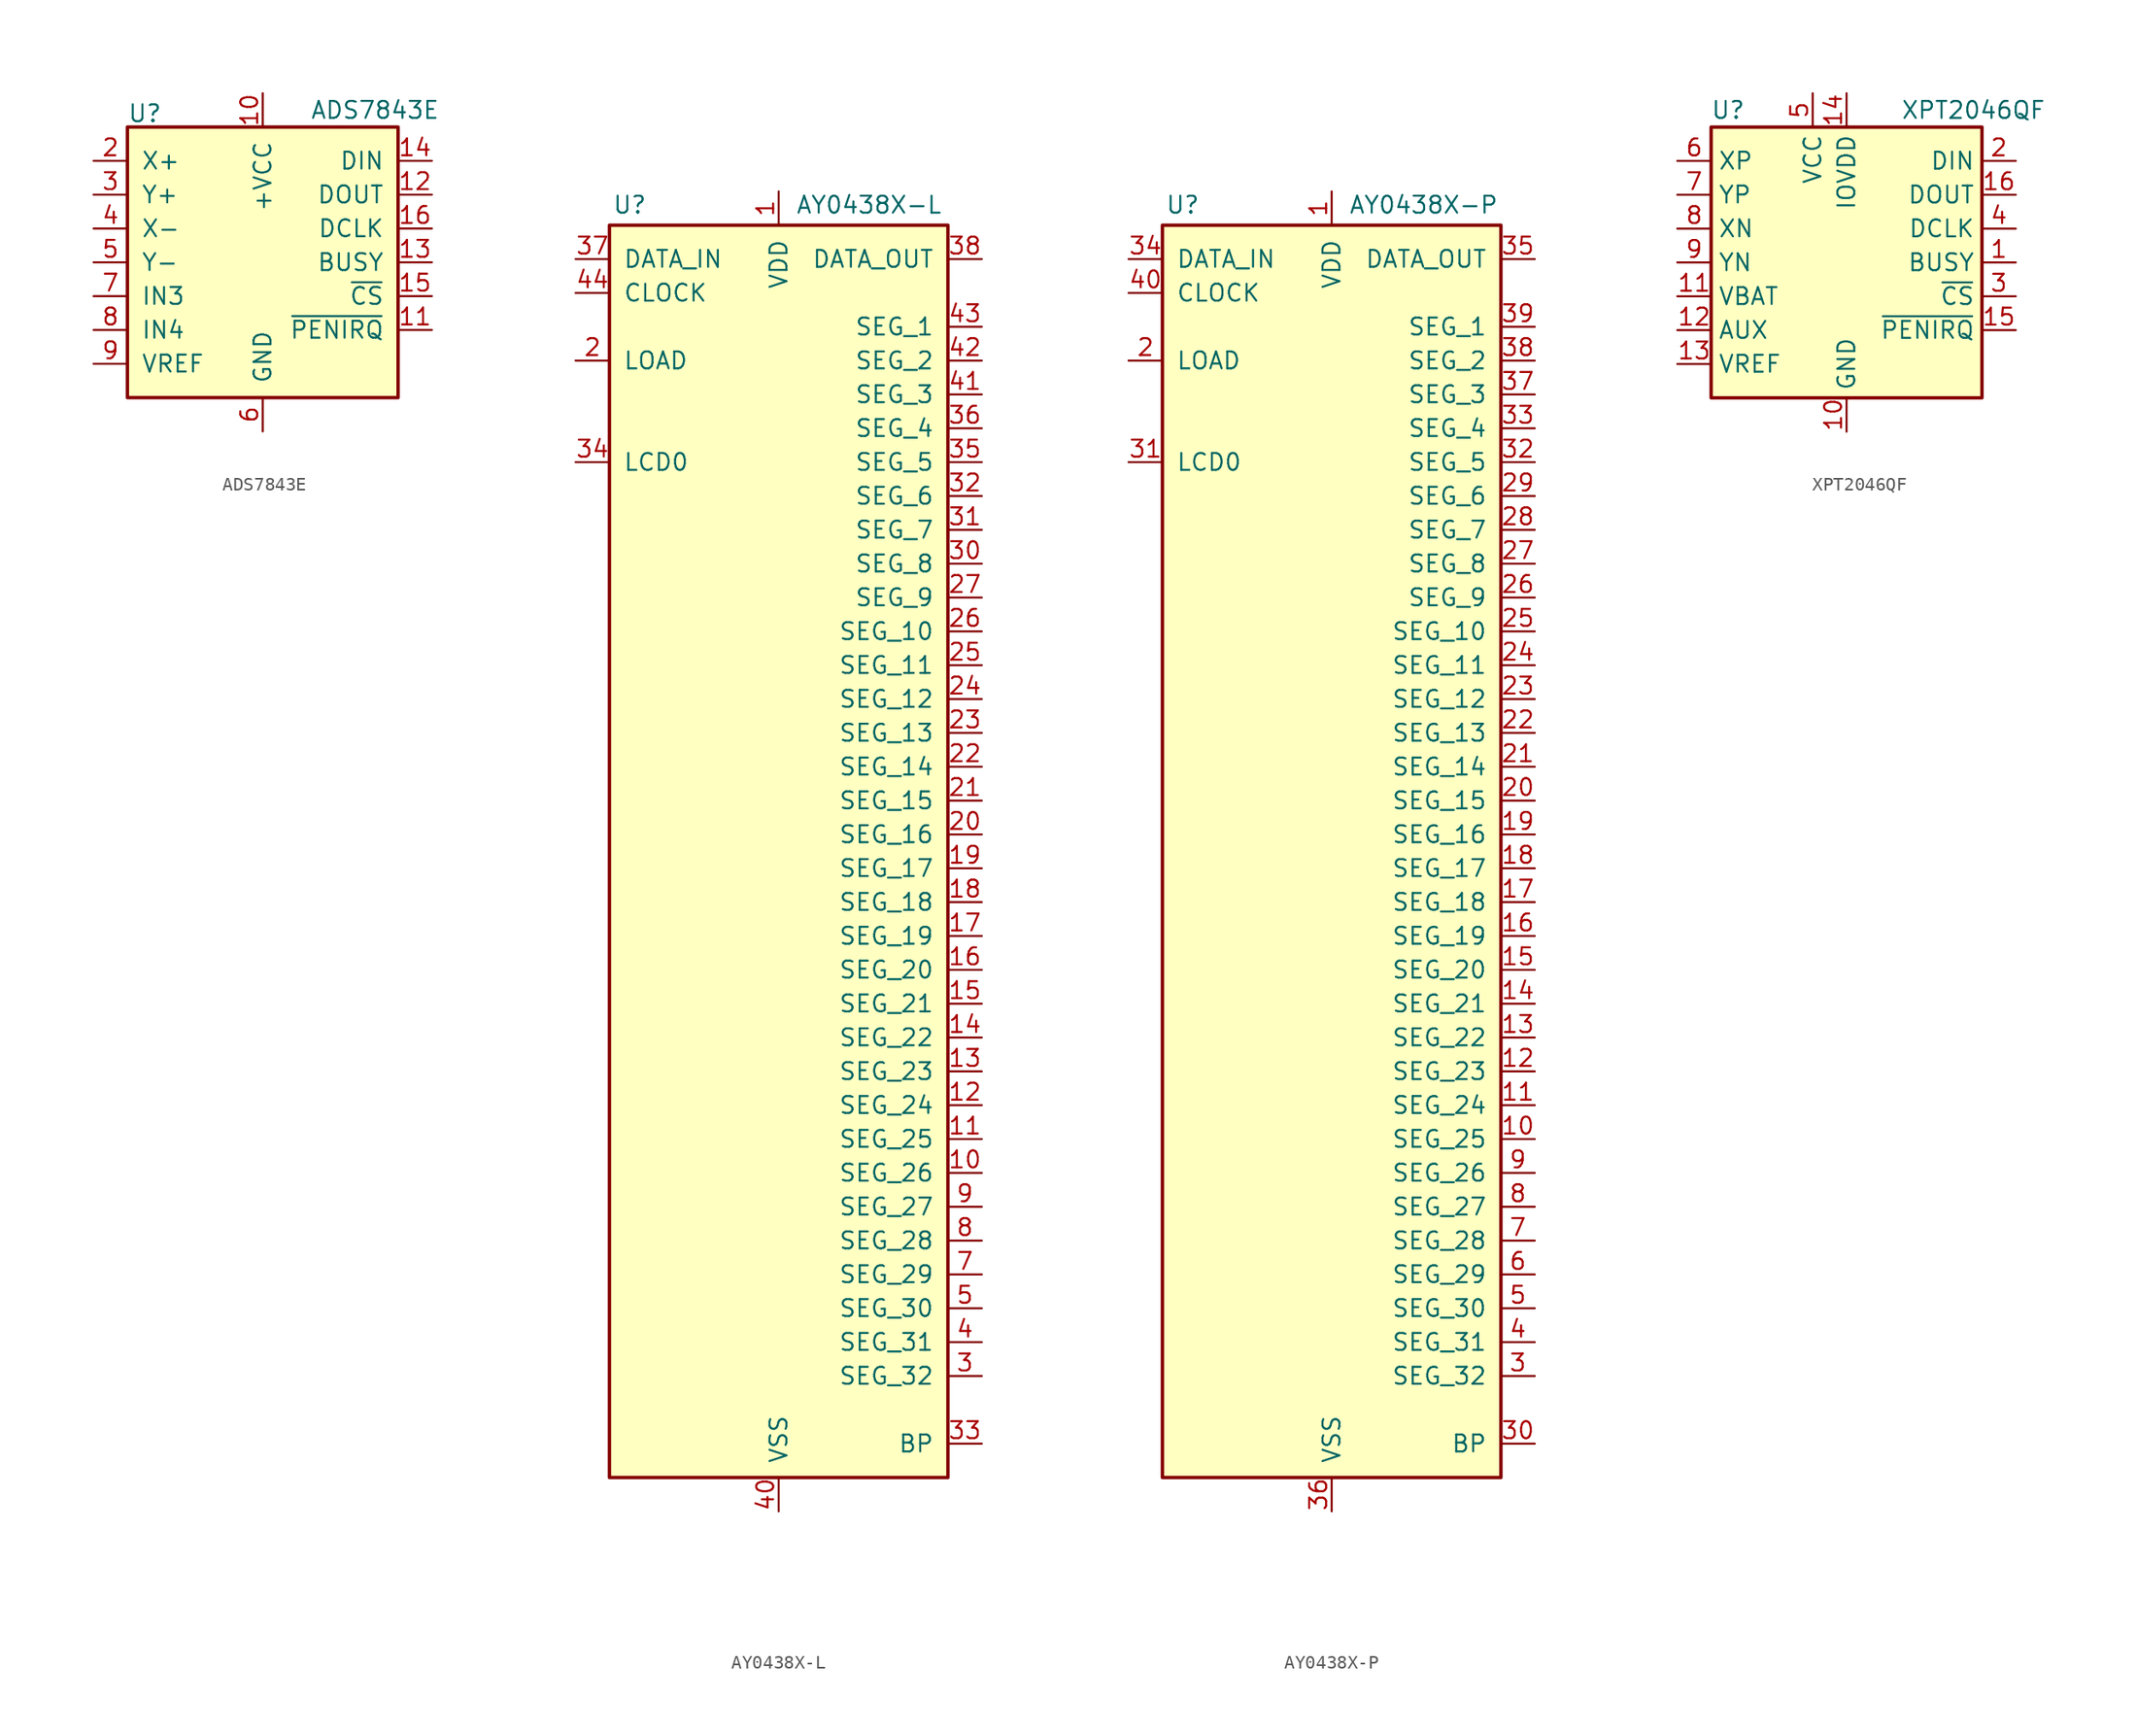
<source format=kicad_sym>
(kicad_symbol_lib
  (version 20211014)
  (generator kicad_symbol_editor)
  (symbol "ADS7843E"
    (pin_names
      (offset 1.016))
    (property "Reference" "U"
      (at -10.16 11.176 0)
      (effects (font (size 1.27 1.27)) (justify left)))
    (property "Value" "ADS7843E"
      (at 3.556 11.43 0)
      (effects (font (size 1.27 1.27)) (justify left)))
    (symbol "ADS7843E_0_1"
      (rectangle (start -10.16 10.16) (end 10.16 -10.16) (stroke (width 0.254) (type default) (color 0 0 0 0)) (fill (type background))))
    (symbol "ADS7843E_1_1"
      (pin passive line (at 0 12.7 270) (length 2.54) hide (name "+VCC" (effects (font (size 1.27 1.27)))) (number "1" (effects (font (size 1.27 1.27)))))
      (pin power_in line (at 0 12.7 270) (length 2.54) (name "+VCC" (effects (font (size 1.27 1.27)))) (number "10" (effects (font (size 1.27 1.27)))))
      (pin open_collector line (at 12.7 -5.08 180) (length 2.54) (name "~{PENIRQ}" (effects (font (size 1.27 1.27)))) (number "11" (effects (font (size 1.27 1.27)))))
      (pin output line (at 12.7 5.08 180) (length 2.54) (name "DOUT" (effects (font (size 1.27 1.27)))) (number "12" (effects (font (size 1.27 1.27)))))
      (pin output line (at 12.7 0 180) (length 2.54) (name "BUSY" (effects (font (size 1.27 1.27)))) (number "13" (effects (font (size 1.27 1.27)))))
      (pin input line (at 12.7 7.62 180) (length 2.54) (name "DIN" (effects (font (size 1.27 1.27)))) (number "14" (effects (font (size 1.27 1.27)))))
      (pin input line (at 12.7 -2.54 180) (length 2.54) (name "~{CS}" (effects (font (size 1.27 1.27)))) (number "15" (effects (font (size 1.27 1.27)))))
      (pin input line (at 12.7 2.54 180) (length 2.54) (name "DCLK" (effects (font (size 1.27 1.27)))) (number "16" (effects (font (size 1.27 1.27)))))
      (pin input line (at -12.7 7.62 0) (length 2.54) (name "X+" (effects (font (size 1.27 1.27)))) (number "2" (effects (font (size 1.27 1.27)))))
      (pin input line (at -12.7 5.08 0) (length 2.54) (name "Y+" (effects (font (size 1.27 1.27)))) (number "3" (effects (font (size 1.27 1.27)))))
      (pin input line (at -12.7 2.54 0) (length 2.54) (name "X-" (effects (font (size 1.27 1.27)))) (number "4" (effects (font (size 1.27 1.27)))))
      (pin input line (at -12.7 0 0) (length 2.54) (name "Y-" (effects (font (size 1.27 1.27)))) (number "5" (effects (font (size 1.27 1.27)))))
      (pin power_in line (at 0 -12.7 90) (length 2.54) (name "GND" (effects (font (size 1.27 1.27)))) (number "6" (effects (font (size 1.27 1.27)))))
      (pin input line (at -12.7 -2.54 0) (length 2.54) (name "IN3" (effects (font (size 1.27 1.27)))) (number "7" (effects (font (size 1.27 1.27)))))
      (pin input line (at -12.7 -5.08 0) (length 2.54) (name "IN4" (effects (font (size 1.27 1.27)))) (number "8" (effects (font (size 1.27 1.27)))))
      (pin input line (at -12.7 -7.62 0) (length 2.54) (name "VREF" (effects (font (size 1.27 1.27)))) (number "9" (effects (font (size 1.27 1.27)))))))
  (symbol "AY0438X-L"
    (pin_names
      (offset 1.016))
    (property "Reference" "U"
      (at -11.176 47.244 0)
      (effects (font (size 1.27 1.27))))
    (property "Value" "AY0438X-L"
      (at 1.27 47.244 0)
      (effects (font (size 1.27 1.27)) (justify left)))
    (symbol "AY0438X-L_0_1"
      (rectangle (start -12.7 45.72) (end 12.7 -48.26) (stroke (width 0.254) (type default) (color 0 0 0 0)) (fill (type background))))
    (symbol "AY0438X-L_1_1"
      (pin power_in line (at 0 48.26 270) (length 2.54) (name "VDD" (effects (font (size 1.27 1.27)))) (number "1" (effects (font (size 1.27 1.27)))))
      (pin output line (at 15.24 -25.4 180) (length 2.54) (name "SEG_26" (effects (font (size 1.27 1.27)))) (number "10" (effects (font (size 1.27 1.27)))))
      (pin output line (at 15.24 -22.86 180) (length 2.54) (name "SEG_25" (effects (font (size 1.27 1.27)))) (number "11" (effects (font (size 1.27 1.27)))))
      (pin output line (at 15.24 -20.32 180) (length 2.54) (name "SEG_24" (effects (font (size 1.27 1.27)))) (number "12" (effects (font (size 1.27 1.27)))))
      (pin output line (at 15.24 -17.78 180) (length 2.54) (name "SEG_23" (effects (font (size 1.27 1.27)))) (number "13" (effects (font (size 1.27 1.27)))))
      (pin output line (at 15.24 -15.24 180) (length 2.54) (name "SEG_22" (effects (font (size 1.27 1.27)))) (number "14" (effects (font (size 1.27 1.27)))))
      (pin output line (at 15.24 -12.7 180) (length 2.54) (name "SEG_21" (effects (font (size 1.27 1.27)))) (number "15" (effects (font (size 1.27 1.27)))))
      (pin output line (at 15.24 -10.16 180) (length 2.54) (name "SEG_20" (effects (font (size 1.27 1.27)))) (number "16" (effects (font (size 1.27 1.27)))))
      (pin output line (at 15.24 -7.62 180) (length 2.54) (name "SEG_19" (effects (font (size 1.27 1.27)))) (number "17" (effects (font (size 1.27 1.27)))))
      (pin output line (at 15.24 -5.08 180) (length 2.54) (name "SEG_18" (effects (font (size 1.27 1.27)))) (number "18" (effects (font (size 1.27 1.27)))))
      (pin output line (at 15.24 -2.54 180) (length 2.54) (name "SEG_17" (effects (font (size 1.27 1.27)))) (number "19" (effects (font (size 1.27 1.27)))))
      (pin input line (at -15.24 35.56 0) (length 2.54) (name "LOAD" (effects (font (size 1.27 1.27)))) (number "2" (effects (font (size 1.27 1.27)))))
      (pin output line (at 15.24 0 180) (length 2.54) (name "SEG_16" (effects (font (size 1.27 1.27)))) (number "20" (effects (font (size 1.27 1.27)))))
      (pin output line (at 15.24 2.54 180) (length 2.54) (name "SEG_15" (effects (font (size 1.27 1.27)))) (number "21" (effects (font (size 1.27 1.27)))))
      (pin output line (at 15.24 5.08 180) (length 2.54) (name "SEG_14" (effects (font (size 1.27 1.27)))) (number "22" (effects (font (size 1.27 1.27)))))
      (pin output line (at 15.24 7.62 180) (length 2.54) (name "SEG_13" (effects (font (size 1.27 1.27)))) (number "23" (effects (font (size 1.27 1.27)))))
      (pin output line (at 15.24 10.16 180) (length 2.54) (name "SEG_12" (effects (font (size 1.27 1.27)))) (number "24" (effects (font (size 1.27 1.27)))))
      (pin output line (at 15.24 12.7 180) (length 2.54) (name "SEG_11" (effects (font (size 1.27 1.27)))) (number "25" (effects (font (size 1.27 1.27)))))
      (pin output line (at 15.24 15.24 180) (length 2.54) (name "SEG_10" (effects (font (size 1.27 1.27)))) (number "26" (effects (font (size 1.27 1.27)))))
      (pin output line (at 15.24 17.78 180) (length 2.54) (name "SEG_9" (effects (font (size 1.27 1.27)))) (number "27" (effects (font (size 1.27 1.27)))))
      (pin no_connect line (at -12.7 -38.1 0) (length 2.54) hide (name "NC" (effects (font (size 1.27 1.27)))) (number "28" (effects (font (size 1.27 1.27)))))
      (pin no_connect line (at -12.7 -35.56 0) (length 2.54) hide (name "NC" (effects (font (size 1.27 1.27)))) (number "29" (effects (font (size 1.27 1.27)))))
      (pin output line (at 15.24 -40.64 180) (length 2.54) (name "SEG_32" (effects (font (size 1.27 1.27)))) (number "3" (effects (font (size 1.27 1.27)))))
      (pin output line (at 15.24 20.32 180) (length 2.54) (name "SEG_8" (effects (font (size 1.27 1.27)))) (number "30" (effects (font (size 1.27 1.27)))))
      (pin output line (at 15.24 22.86 180) (length 2.54) (name "SEG_7" (effects (font (size 1.27 1.27)))) (number "31" (effects (font (size 1.27 1.27)))))
      (pin output line (at 15.24 25.4 180) (length 2.54) (name "SEG_6" (effects (font (size 1.27 1.27)))) (number "32" (effects (font (size 1.27 1.27)))))
      (pin output line (at 15.24 -45.72 180) (length 2.54) (name "BP" (effects (font (size 1.27 1.27)))) (number "33" (effects (font (size 1.27 1.27)))))
      (pin input line (at -15.24 27.94 0) (length 2.54) (name "LCD0" (effects (font (size 1.27 1.27)))) (number "34" (effects (font (size 1.27 1.27)))))
      (pin output line (at 15.24 27.94 180) (length 2.54) (name "SEG_5" (effects (font (size 1.27 1.27)))) (number "35" (effects (font (size 1.27 1.27)))))
      (pin output line (at 15.24 30.48 180) (length 2.54) (name "SEG_4" (effects (font (size 1.27 1.27)))) (number "36" (effects (font (size 1.27 1.27)))))
      (pin input line (at -15.24 43.18 0) (length 2.54) (name "DATA_IN" (effects (font (size 1.27 1.27)))) (number "37" (effects (font (size 1.27 1.27)))))
      (pin output line (at 15.24 43.18 180) (length 2.54) (name "DATA_OUT" (effects (font (size 1.27 1.27)))) (number "38" (effects (font (size 1.27 1.27)))))
      (pin no_connect line (at -12.7 -33.02 0) (length 2.54) hide (name "NC" (effects (font (size 1.27 1.27)))) (number "39" (effects (font (size 1.27 1.27)))))
      (pin output line (at 15.24 -38.1 180) (length 2.54) (name "SEG_31" (effects (font (size 1.27 1.27)))) (number "4" (effects (font (size 1.27 1.27)))))
      (pin power_in line (at 0 -50.8 90) (length 2.54) (name "VSS" (effects (font (size 1.27 1.27)))) (number "40" (effects (font (size 1.27 1.27)))))
      (pin output line (at 15.24 33.02 180) (length 2.54) (name "SEG_3" (effects (font (size 1.27 1.27)))) (number "41" (effects (font (size 1.27 1.27)))))
      (pin output line (at 15.24 35.56 180) (length 2.54) (name "SEG_2" (effects (font (size 1.27 1.27)))) (number "42" (effects (font (size 1.27 1.27)))))
      (pin output line (at 15.24 38.1 180) (length 2.54) (name "SEG_1" (effects (font (size 1.27 1.27)))) (number "43" (effects (font (size 1.27 1.27)))))
      (pin input line (at -15.24 40.64 0) (length 2.54) (name "CLOCK" (effects (font (size 1.27 1.27)))) (number "44" (effects (font (size 1.27 1.27)))))
      (pin output line (at 15.24 -35.56 180) (length 2.54) (name "SEG_30" (effects (font (size 1.27 1.27)))) (number "5" (effects (font (size 1.27 1.27)))))
      (pin no_connect line (at -12.7 -40.64 0) (length 2.54) hide (name "NC" (effects (font (size 1.27 1.27)))) (number "6" (effects (font (size 1.27 1.27)))))
      (pin output line (at 15.24 -33.02 180) (length 2.54) (name "SEG_29" (effects (font (size 1.27 1.27)))) (number "7" (effects (font (size 1.27 1.27)))))
      (pin output line (at 15.24 -30.48 180) (length 2.54) (name "SEG_28" (effects (font (size 1.27 1.27)))) (number "8" (effects (font (size 1.27 1.27)))))
      (pin output line (at 15.24 -27.94 180) (length 2.54) (name "SEG_27" (effects (font (size 1.27 1.27)))) (number "9" (effects (font (size 1.27 1.27)))))))
  (symbol "AY0438X-P"
    (pin_names
      (offset 1.016))
    (property "Reference" "U"
      (at -11.176 47.244 0)
      (effects (font (size 1.27 1.27))))
    (property "Value" "AY0438X-P"
      (at 1.27 47.244 0)
      (effects (font (size 1.27 1.27)) (justify left)))
    (symbol "AY0438X-P_0_1"
      (rectangle (start -12.7 45.72) (end 12.7 -48.26) (stroke (width 0.254) (type default) (color 0 0 0 0)) (fill (type background))))
    (symbol "AY0438X-P_1_1"
      (pin power_in line (at 0 48.26 270) (length 2.54) (name "VDD" (effects (font (size 1.27 1.27)))) (number "1" (effects (font (size 1.27 1.27)))))
      (pin output line (at 15.24 -22.86 180) (length 2.54) (name "SEG_25" (effects (font (size 1.27 1.27)))) (number "10" (effects (font (size 1.27 1.27)))))
      (pin output line (at 15.24 -20.32 180) (length 2.54) (name "SEG_24" (effects (font (size 1.27 1.27)))) (number "11" (effects (font (size 1.27 1.27)))))
      (pin output line (at 15.24 -17.78 180) (length 2.54) (name "SEG_23" (effects (font (size 1.27 1.27)))) (number "12" (effects (font (size 1.27 1.27)))))
      (pin output line (at 15.24 -15.24 180) (length 2.54) (name "SEG_22" (effects (font (size 1.27 1.27)))) (number "13" (effects (font (size 1.27 1.27)))))
      (pin output line (at 15.24 -12.7 180) (length 2.54) (name "SEG_21" (effects (font (size 1.27 1.27)))) (number "14" (effects (font (size 1.27 1.27)))))
      (pin output line (at 15.24 -10.16 180) (length 2.54) (name "SEG_20" (effects (font (size 1.27 1.27)))) (number "15" (effects (font (size 1.27 1.27)))))
      (pin output line (at 15.24 -7.62 180) (length 2.54) (name "SEG_19" (effects (font (size 1.27 1.27)))) (number "16" (effects (font (size 1.27 1.27)))))
      (pin output line (at 15.24 -5.08 180) (length 2.54) (name "SEG_18" (effects (font (size 1.27 1.27)))) (number "17" (effects (font (size 1.27 1.27)))))
      (pin output line (at 15.24 -2.54 180) (length 2.54) (name "SEG_17" (effects (font (size 1.27 1.27)))) (number "18" (effects (font (size 1.27 1.27)))))
      (pin output line (at 15.24 0 180) (length 2.54) (name "SEG_16" (effects (font (size 1.27 1.27)))) (number "19" (effects (font (size 1.27 1.27)))))
      (pin input line (at -15.24 35.56 0) (length 2.54) (name "LOAD" (effects (font (size 1.27 1.27)))) (number "2" (effects (font (size 1.27 1.27)))))
      (pin output line (at 15.24 2.54 180) (length 2.54) (name "SEG_15" (effects (font (size 1.27 1.27)))) (number "20" (effects (font (size 1.27 1.27)))))
      (pin output line (at 15.24 5.08 180) (length 2.54) (name "SEG_14" (effects (font (size 1.27 1.27)))) (number "21" (effects (font (size 1.27 1.27)))))
      (pin output line (at 15.24 7.62 180) (length 2.54) (name "SEG_13" (effects (font (size 1.27 1.27)))) (number "22" (effects (font (size 1.27 1.27)))))
      (pin output line (at 15.24 10.16 180) (length 2.54) (name "SEG_12" (effects (font (size 1.27 1.27)))) (number "23" (effects (font (size 1.27 1.27)))))
      (pin output line (at 15.24 12.7 180) (length 2.54) (name "SEG_11" (effects (font (size 1.27 1.27)))) (number "24" (effects (font (size 1.27 1.27)))))
      (pin output line (at 15.24 15.24 180) (length 2.54) (name "SEG_10" (effects (font (size 1.27 1.27)))) (number "25" (effects (font (size 1.27 1.27)))))
      (pin output line (at 15.24 17.78 180) (length 2.54) (name "SEG_9" (effects (font (size 1.27 1.27)))) (number "26" (effects (font (size 1.27 1.27)))))
      (pin output line (at 15.24 20.32 180) (length 2.54) (name "SEG_8" (effects (font (size 1.27 1.27)))) (number "27" (effects (font (size 1.27 1.27)))))
      (pin output line (at 15.24 22.86 180) (length 2.54) (name "SEG_7" (effects (font (size 1.27 1.27)))) (number "28" (effects (font (size 1.27 1.27)))))
      (pin output line (at 15.24 25.4 180) (length 2.54) (name "SEG_6" (effects (font (size 1.27 1.27)))) (number "29" (effects (font (size 1.27 1.27)))))
      (pin output line (at 15.24 -40.64 180) (length 2.54) (name "SEG_32" (effects (font (size 1.27 1.27)))) (number "3" (effects (font (size 1.27 1.27)))))
      (pin output line (at 15.24 -45.72 180) (length 2.54) (name "BP" (effects (font (size 1.27 1.27)))) (number "30" (effects (font (size 1.27 1.27)))))
      (pin input line (at -15.24 27.94 0) (length 2.54) (name "LCD0" (effects (font (size 1.27 1.27)))) (number "31" (effects (font (size 1.27 1.27)))))
      (pin output line (at 15.24 27.94 180) (length 2.54) (name "SEG_5" (effects (font (size 1.27 1.27)))) (number "32" (effects (font (size 1.27 1.27)))))
      (pin output line (at 15.24 30.48 180) (length 2.54) (name "SEG_4" (effects (font (size 1.27 1.27)))) (number "33" (effects (font (size 1.27 1.27)))))
      (pin input line (at -15.24 43.18 0) (length 2.54) (name "DATA_IN" (effects (font (size 1.27 1.27)))) (number "34" (effects (font (size 1.27 1.27)))))
      (pin output line (at 15.24 43.18 180) (length 2.54) (name "DATA_OUT" (effects (font (size 1.27 1.27)))) (number "35" (effects (font (size 1.27 1.27)))))
      (pin power_in line (at 0 -50.8 90) (length 2.54) (name "VSS" (effects (font (size 1.27 1.27)))) (number "36" (effects (font (size 1.27 1.27)))))
      (pin output line (at 15.24 33.02 180) (length 2.54) (name "SEG_3" (effects (font (size 1.27 1.27)))) (number "37" (effects (font (size 1.27 1.27)))))
      (pin output line (at 15.24 35.56 180) (length 2.54) (name "SEG_2" (effects (font (size 1.27 1.27)))) (number "38" (effects (font (size 1.27 1.27)))))
      (pin output line (at 15.24 38.1 180) (length 2.54) (name "SEG_1" (effects (font (size 1.27 1.27)))) (number "39" (effects (font (size 1.27 1.27)))))
      (pin output line (at 15.24 -38.1 180) (length 2.54) (name "SEG_31" (effects (font (size 1.27 1.27)))) (number "4" (effects (font (size 1.27 1.27)))))
      (pin input line (at -15.24 40.64 0) (length 2.54) (name "CLOCK" (effects (font (size 1.27 1.27)))) (number "40" (effects (font (size 1.27 1.27)))))
      (pin output line (at 15.24 -35.56 180) (length 2.54) (name "SEG_30" (effects (font (size 1.27 1.27)))) (number "5" (effects (font (size 1.27 1.27)))))
      (pin output line (at 15.24 -33.02 180) (length 2.54) (name "SEG_29" (effects (font (size 1.27 1.27)))) (number "6" (effects (font (size 1.27 1.27)))))
      (pin output line (at 15.24 -30.48 180) (length 2.54) (name "SEG_28" (effects (font (size 1.27 1.27)))) (number "7" (effects (font (size 1.27 1.27)))))
      (pin output line (at 15.24 -27.94 180) (length 2.54) (name "SEG_27" (effects (font (size 1.27 1.27)))) (number "8" (effects (font (size 1.27 1.27)))))
      (pin output line (at 15.24 -25.4 180) (length 2.54) (name "SEG_26" (effects (font (size 1.27 1.27)))) (number "9" (effects (font (size 1.27 1.27)))))))
  (symbol "XPT2046QF"
    (property "Reference" "U"
      (at -8.89 11.43 0)
      (effects (font (size 1.27 1.27))))
    (property "Value" "XPT2046QF"
      (at 4.064 11.43 0)
      (effects (font (size 1.27 1.27)) (justify left)))
    (symbol "XPT2046QF_0_1"
      (rectangle (start -10.16 10.16) (end 10.16 -10.16) (stroke (width 0.254) (type default) (color 0 0 0 0)) (fill (type background))))
    (symbol "XPT2046QF_1_1"
      (pin output line (at 12.7 0 180) (length 2.54) (name "BUSY" (effects (font (size 1.27 1.27)))) (number "1" (effects (font (size 1.27 1.27)))))
      (pin power_in line (at 0 -12.7 90) (length 2.54) (name "GND" (effects (font (size 1.27 1.27)))) (number "10" (effects (font (size 1.27 1.27)))))
      (pin power_in line (at -12.7 -2.54 0) (length 2.54) (name "VBAT" (effects (font (size 1.27 1.27)))) (number "11" (effects (font (size 1.27 1.27)))))
      (pin input line (at -12.7 -5.08 0) (length 2.54) (name "AUX" (effects (font (size 1.27 1.27)))) (number "12" (effects (font (size 1.27 1.27)))))
      (pin bidirectional line (at -12.7 -7.62 0) (length 2.54) (name "VREF" (effects (font (size 1.27 1.27)))) (number "13" (effects (font (size 1.27 1.27)))))
      (pin power_in line (at 0 12.7 270) (length 2.54) (name "IOVDD" (effects (font (size 1.27 1.27)))) (number "14" (effects (font (size 1.27 1.27)))))
      (pin open_collector line (at 12.7 -5.08 180) (length 2.54) (name "~{PENIRQ}" (effects (font (size 1.27 1.27)))) (number "15" (effects (font (size 1.27 1.27)))))
      (pin output line (at 12.7 5.08 180) (length 2.54) (name "DOUT" (effects (font (size 1.27 1.27)))) (number "16" (effects (font (size 1.27 1.27)))))
      (pin no_connect line (at 10.16 -7.62 180) (length 2.54) hide (name "NC" (effects (font (size 1.27 1.27)))) (number "17" (effects (font (size 1.27 1.27)))))
      (pin input line (at 12.7 7.62 180) (length 2.54) (name "DIN" (effects (font (size 1.27 1.27)))) (number "2" (effects (font (size 1.27 1.27)))))
      (pin input line (at 12.7 -2.54 180) (length 2.54) (name "~{CS}" (effects (font (size 1.27 1.27)))) (number "3" (effects (font (size 1.27 1.27)))))
      (pin input line (at 12.7 2.54 180) (length 2.54) (name "DCLK" (effects (font (size 1.27 1.27)))) (number "4" (effects (font (size 1.27 1.27)))))
      (pin power_in line (at -2.54 12.7 270) (length 2.54) (name "VCC" (effects (font (size 1.27 1.27)))) (number "5" (effects (font (size 1.27 1.27)))))
      (pin input line (at -12.7 7.62 0) (length 2.54) (name "XP" (effects (font (size 1.27 1.27)))) (number "6" (effects (font (size 1.27 1.27)))))
      (pin input line (at -12.7 5.08 0) (length 2.54) (name "YP" (effects (font (size 1.27 1.27)))) (number "7" (effects (font (size 1.27 1.27)))))
      (pin input line (at -12.7 2.54 0) (length 2.54) (name "XN" (effects (font (size 1.27 1.27)))) (number "8" (effects (font (size 1.27 1.27)))))
      (pin input line (at -12.7 0 0) (length 2.54) (name "YN" (effects (font (size 1.27 1.27)))) (number "9" (effects (font (size 1.27 1.27))))))))
</source>
